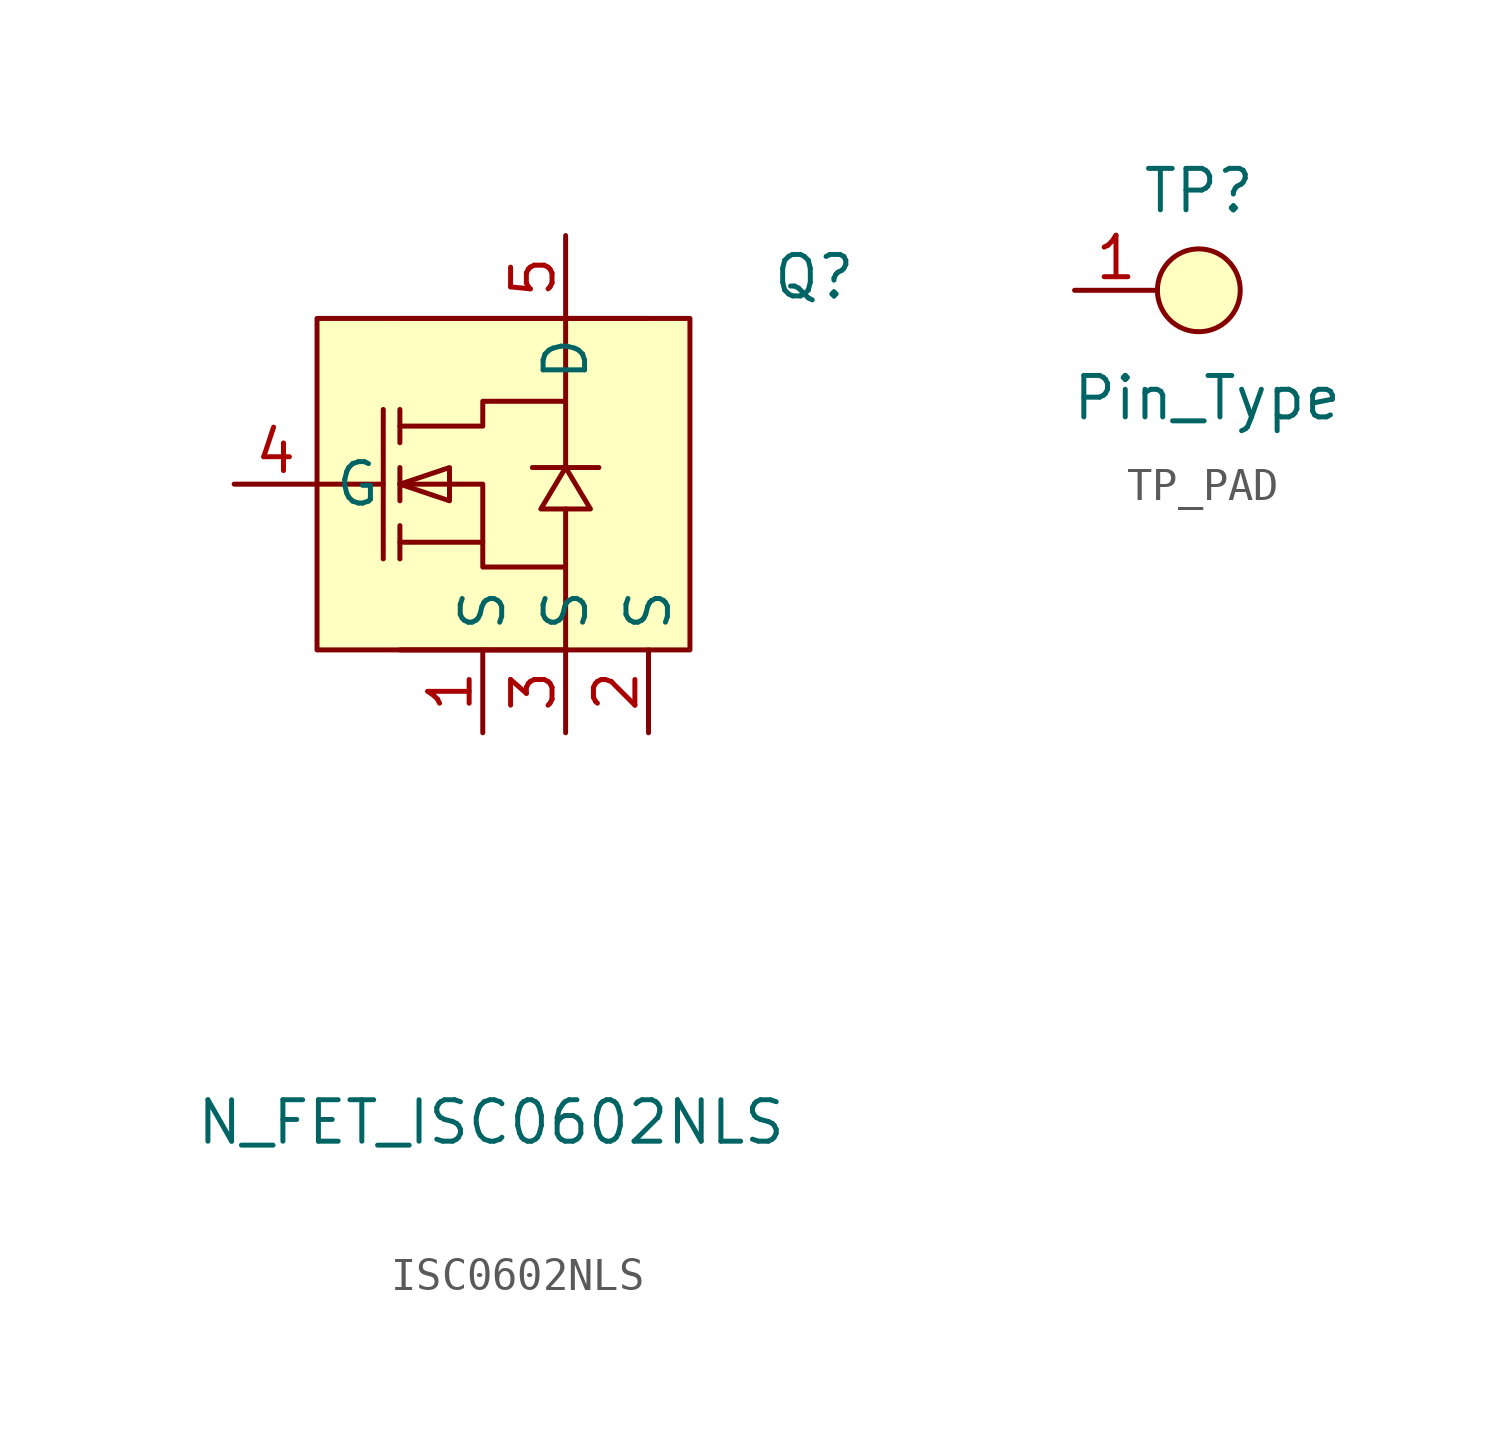
<source format=kicad_sym>
(kicad_symbol_lib
  (version 20241209)
  (generator "kicad_symbol_editor")
  (generator_version "9.0")
  (symbol "ISC0602NLS"
    (property "Reference" "Q"
      (at 8.89 6.35 0)
      (effects (font (size 1.27 1.27))))
    (property "Value" "N_FET_ISC0602NLS"
      (at -1.016 -19.558 0)
      (effects (font (size 1.27 1.27))))
    (symbol "ISC0602NLS_0_1"
      (rectangle (start -6.35 5.08) (end 5.08 -5.08) (stroke (width 0) (type default)) (fill (type background)))
      (polyline (pts (xy -6.35 0) (xy -4.32 0)) (stroke (width 0) (type default)) (fill (type none)))
      (polyline (pts (xy -4.32 2.29) (xy -4.32 -2.29)) (stroke (width 0) (type default)) (fill (type none)))
      (polyline (pts (xy -3.81 2.29) (xy -3.81 1.27)) (stroke (width 0) (type default)) (fill (type none)))
      (polyline (pts (xy -3.81 1.78) (xy -1.27 1.78) (xy -1.27 2.54) (xy 1.27 2.54) (xy 1.27 0.51)) (stroke (width 0) (type default)) (fill (type none)))
      (polyline (pts (xy -3.81 0) (xy -2.29 -0.51) (xy -2.29 0.51) (xy -3.81 0)) (stroke (width 0) (type default)) (fill (type background)))
      (polyline (pts (xy -3.81 0) (xy -1.27 0) (xy -1.27 -2.54) (xy 1.27 -2.54) (xy 1.27 -0.76)) (stroke (width 0) (type default)) (fill (type none)))
      (polyline (pts (xy -3.81 -0.51) (xy -3.81 0.51)) (stroke (width 0) (type default)) (fill (type none)))
      (polyline (pts (xy -3.81 -2.29) (xy -3.81 -1.27)) (stroke (width 0) (type default)) (fill (type none)))
      (polyline (pts (xy -1.27 -1.78) (xy -3.81 -1.78)) (stroke (width 0) (type default)) (fill (type none)))
      (polyline (pts (xy 1.27 2.54) (xy 1.27 5.08)) (stroke (width 0) (type default)) (fill (type none)))
      (polyline (pts (xy 1.27 0.51) (xy 0.51 -0.76) (xy 2.03 -0.76) (xy 1.27 0.51)) (stroke (width 0) (type default)) (fill (type background)))
      (polyline (pts (xy 1.27 -5.08) (xy -3.81 -5.08)) (stroke (width 0) (type default)) (fill (type none)))
      (polyline (pts (xy 1.27 -5.08) (xy 1.27 -2.54)) (stroke (width 0) (type default)) (fill (type none)))
      (polyline (pts (xy 2.29 0.51) (xy 1.78 0.51) (xy 0.76 0.51) (xy 0.25 0.51)) (stroke (width 0) (type default)) (fill (type none)))
      (polyline (pts (xy 3.81 5.08) (xy -3.81 5.08)) (stroke (width 0) (type default)) (fill (type none))))
    (symbol "ISC0602NLS_1_1"
      (pin input line (at -8.89 0 0) (length 2.54) (name "G" (effects (font (size 1.27 1.27)))) (number "4" (effects (font (size 1.27 1.27)))))
      (pin output line (at -1.27 -7.62 90) (length 2.54) (name "S" (effects (font (size 1.27 1.27)))) (number "1" (effects (font (size 1.27 1.27)))))
      (pin input line (at 1.27 7.62 270) (length 2.54) (name "D" (effects (font (size 1.27 1.27)))) (number "5" (effects (font (size 1.27 1.27)))))
      (pin output line (at 1.27 -7.62 90) (length 2.54) (name "S" (effects (font (size 1.27 1.27)))) (number "3" (effects (font (size 1.27 1.27)))))
      (pin output line (at 3.81 -7.62 90) (length 2.54) (name "S" (effects (font (size 1.27 1.27)))) (number "2" (effects (font (size 1.27 1.27)))))))
  (symbol "TP_PAD"
    (property "Reference" "TP"
      (at 0 3.048 0)
      (effects (font (size 1.27 1.27))))
    (property "Value" "Pin_Type"
      (at 0.254 -3.302 0)
      (effects (font (size 1.27 1.27))))
    (symbol "TP_PAD_1_1"
      (circle (center 0 0) (radius 1.27) (stroke (width 0) (type solid)) (fill (type background)))
      (pin bidirectional line (at -3.81 0 0) (length 2.54) (name "" (effects (font (size 1.27 1.27)))) (number "1" (effects (font (size 1.27 1.27))))))))
</source>
